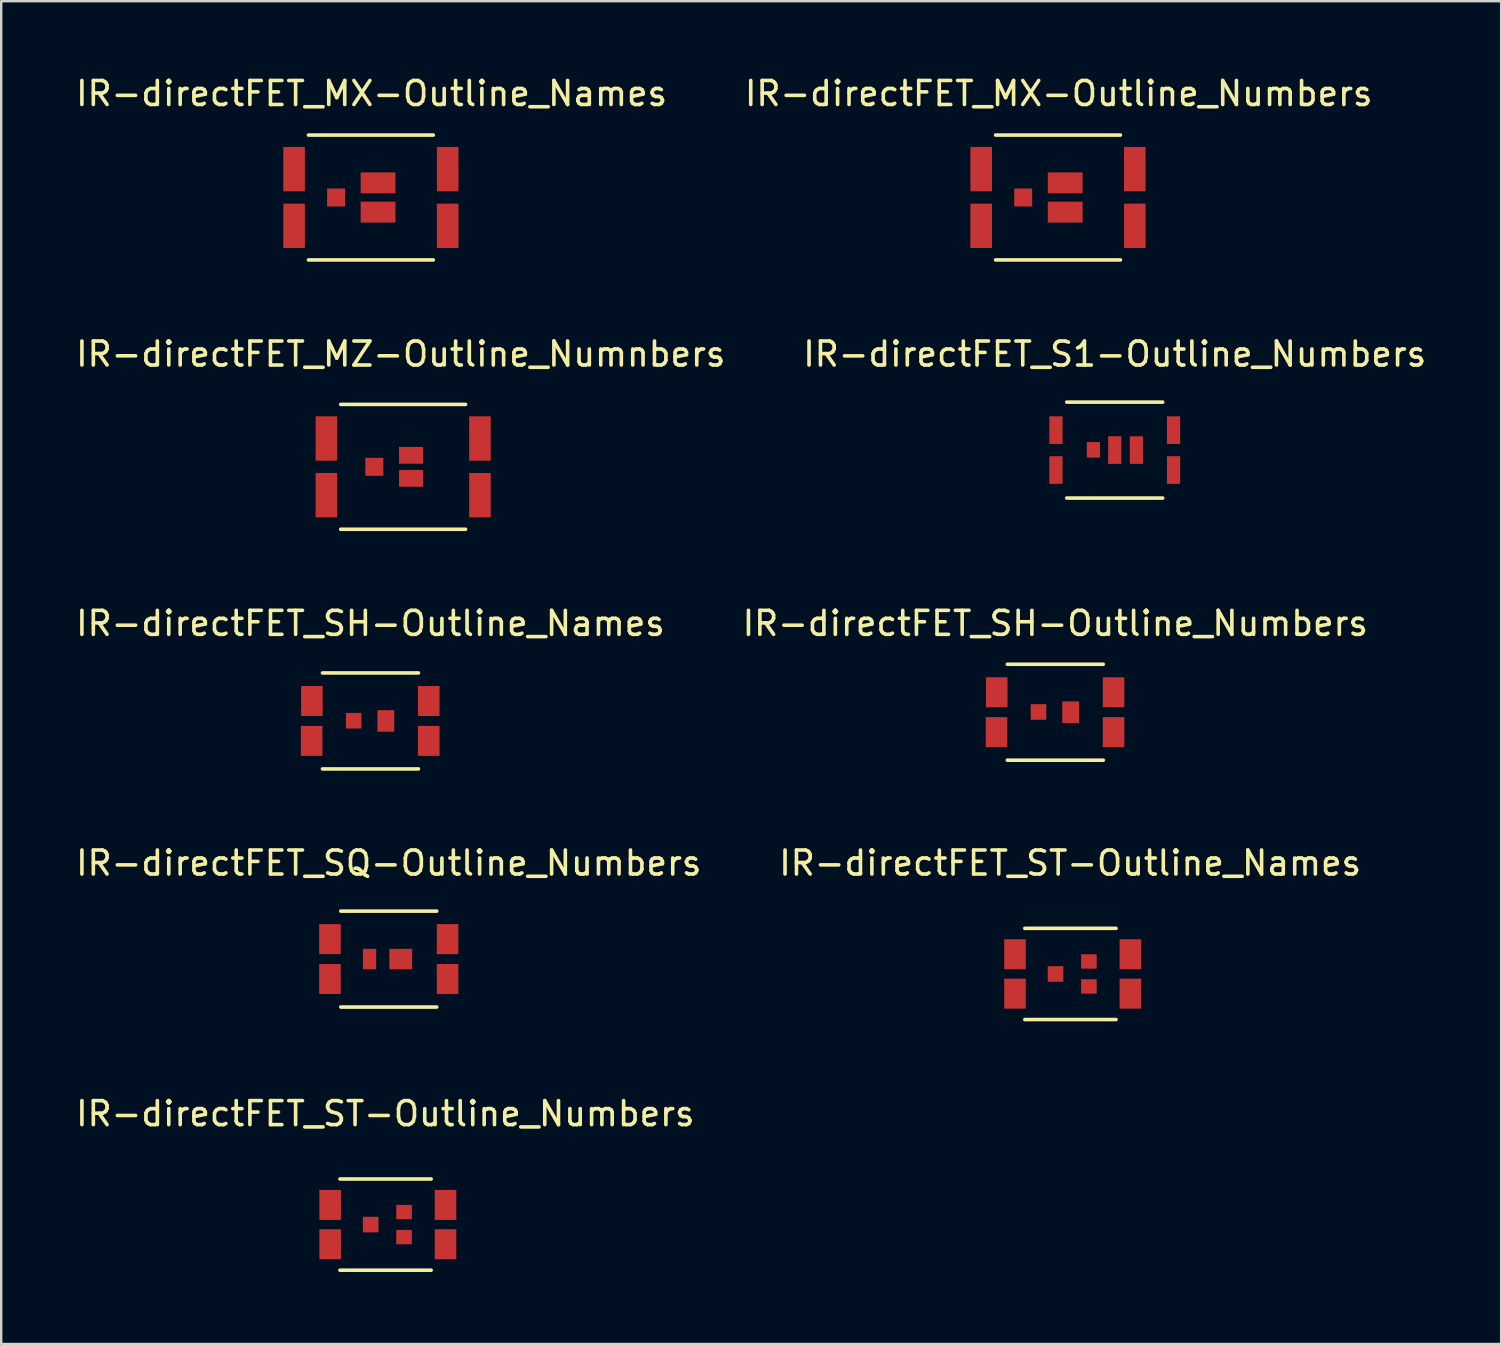
<source format=kicad_pcb>
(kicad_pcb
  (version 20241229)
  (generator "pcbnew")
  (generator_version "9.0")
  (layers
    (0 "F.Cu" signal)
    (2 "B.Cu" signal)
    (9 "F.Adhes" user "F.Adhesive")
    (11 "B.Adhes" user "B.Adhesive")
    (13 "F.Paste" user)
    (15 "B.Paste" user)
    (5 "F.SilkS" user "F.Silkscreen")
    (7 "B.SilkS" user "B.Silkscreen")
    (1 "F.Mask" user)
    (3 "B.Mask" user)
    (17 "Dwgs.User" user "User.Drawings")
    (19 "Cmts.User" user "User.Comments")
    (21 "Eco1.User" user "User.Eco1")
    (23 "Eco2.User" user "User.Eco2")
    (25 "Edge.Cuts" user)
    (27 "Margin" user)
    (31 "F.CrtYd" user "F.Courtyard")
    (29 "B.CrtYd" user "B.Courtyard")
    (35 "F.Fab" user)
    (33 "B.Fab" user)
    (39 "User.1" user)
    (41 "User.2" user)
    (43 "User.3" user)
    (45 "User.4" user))
  (footprint "IR-directFET_S1-Outline_Numbers"
    (layer "F.Cu")
    (at 43.399 15.704)
    (property "Reference" "IR-directFET_S1-Outline_Numbers" (at 0 -4 0) (layer "F.SilkS") (effects (font (size 1 1) (thickness 0.15))))
    (attr through_hole)
    (fp_line (start -1.999 -1.999) (end 1.999 -1.999) (stroke (width 0.15) (type solid)) (layer "F.SilkS"))
    (fp_line (start 1.999 1.999) (end -1.999 1.999) (stroke (width 0.15) (type solid)) (layer "F.SilkS"))
    (pad "1" smd rect (at 2.451 -0.831) (size 0.551 1.151) (layers "F.Cu" "F.Mask" "F.Paste"))
    (pad "2" smd rect (at 2.451 0.831) (size 0.551 1.151) (layers "F.Cu" "F.Mask" "F.Paste"))
    (pad "3" smd rect (at 0.902 0) (size 0.551 1.151) (layers "F.Cu" "F.Mask" "F.Paste"))
    (pad "4" smd rect (at 0 0) (size 0.551 1.151) (layers "F.Cu" "F.Mask" "F.Paste"))
    (pad "5" smd rect (at -0.889 -0.01) (size 0.551 0.65) (layers "F.Cu" "F.Mask" "F.Paste"))
    (pad "6" smd rect (at -2.449 -0.831) (size 0.551 1.151) (layers "F.Cu" "F.Mask" "F.Paste"))
    (pad "7" smd rect (at -2.449 0.831) (size 0.551 1.151) (layers "F.Cu" "F.Mask" "F.Paste")))
  (footprint "IR-directFET_MX-Outline_Numbers"
    (layer "F.Cu")
    (at 41.035 5.179)
    (property "Reference" "IR-directFET_MX-Outline_Numbers" (at 0.03 -4.331 0) (layer "F.SilkS") (effects (font (size 1 1) (thickness 0.15))))
    (attr through_hole)
    (fp_line (start -2.601 -2.601) (end 2.601 -2.601) (stroke (width 0.15) (type solid)) (layer "F.SilkS"))
    (fp_line (start 2.601 2.601) (end -2.601 2.601) (stroke (width 0.15) (type solid)) (layer "F.SilkS"))
    (pad "D" smd rect (at -3.2 -1.181) (size 0.899 1.849) (layers "F.Cu" "F.Mask" "F.Paste"))
    (pad "D" smd rect (at -3.2 1.181) (size 0.899 1.849) (layers "F.Cu" "F.Mask" "F.Paste"))
    (pad "D" smd rect (at 3.2 -1.181) (size 0.899 1.849) (layers "F.Cu" "F.Mask" "F.Paste"))
    (pad "D" smd rect (at 3.2 1.181) (size 0.899 1.849) (layers "F.Cu" "F.Mask" "F.Paste"))
    (pad "G" smd rect (at -1.45 0) (size 0.749 0.749) (layers "F.Cu" "F.Mask" "F.Paste"))
    (pad "S" smd rect (at 0.3 -0.61) (size 1.45 0.871) (layers "F.Cu" "F.Mask" "F.Paste"))
    (pad "S" smd rect (at 0.3 0.61) (size 1.45 0.871) (layers "F.Cu" "F.Mask" "F.Paste")))
  (footprint "IR-directFET_SH-Outline_Names"
    (layer "F.Cu")
    (at 12.387 26.99)
    (property "Reference" "IR-directFET_SH-Outline_Names" (at 0 -4.064 0) (layer "F.SilkS") (effects (font (size 1 1) (thickness 0.15))))
    (attr through_hole)
    (fp_line (start -1.999 -1.999) (end 1.999 -1.999) (stroke (width 0.15) (type solid)) (layer "F.SilkS"))
    (fp_line (start 1.999 1.999) (end -1.999 1.999) (stroke (width 0.15) (type solid)) (layer "F.SilkS"))
    (pad "D" smd rect (at -2.451 0.831) (size 0.899 1.25) (layers "F.Cu" "F.Mask" "F.Paste"))
    (pad "D" smd rect (at -2.441 -0.831) (size 0.899 1.25) (layers "F.Cu" "F.Mask" "F.Paste"))
    (pad "D" smd rect (at 2.428 -0.831) (size 0.899 1.25) (layers "F.Cu" "F.Mask" "F.Paste"))
    (pad "D" smd rect (at 2.428 0.831) (size 0.899 1.25) (layers "F.Cu" "F.Mask" "F.Paste"))
    (pad "G" smd rect (at -0.701 -0.01) (size 0.65 0.65) (layers "F.Cu" "F.Mask" "F.Paste"))
    (pad "S" smd rect (at 0.64 0) (size 0.701 0.899) (layers "F.Cu" "F.Mask" "F.Paste")))
  (footprint "IR-directFET_SQ-Outline_Numbers"
    (layer "F.Cu")
    (at 13.149 36.913)
    (property "Reference" "IR-directFET_SQ-Outline_Numbers" (at 0 -4 0) (layer "F.SilkS") (effects (font (size 1 1) (thickness 0.15))))
    (attr through_hole)
    (fp_line (start -1.999 -1.999) (end 1.999 -1.999) (stroke (width 0.15) (type solid)) (layer "F.SilkS"))
    (fp_line (start 1.999 1.999) (end -1.999 1.999) (stroke (width 0.15) (type solid)) (layer "F.SilkS"))
    (pad "1" smd rect (at 2.451 -0.831) (size 0.899 1.25) (layers "F.Cu" "F.Mask" "F.Paste"))
    (pad "2" smd rect (at 2.451 0.831) (size 0.899 1.25) (layers "F.Cu" "F.Mask" "F.Paste"))
    (pad "3" smd rect (at 0.5 0) (size 0.95 0.851) (layers "F.Cu" "F.Mask" "F.Paste"))
    (pad "4" smd rect (at -0.8 0) (size 0.551 0.851) (layers "F.Cu" "F.Mask" "F.Paste"))
    (pad "5" smd rect (at -2.451 -0.831) (size 0.899 1.25) (layers "F.Cu" "F.Mask" "F.Paste"))
    (pad "6" smd rect (at -2.451 0.831) (size 0.899 1.25) (layers "F.Cu" "F.Mask" "F.Paste")))
  (footprint "IR-directFET_SH-Outline_Numbers"
    (layer "F.Cu")
    (at 40.923 26.627)
    (property "Reference" "IR-directFET_SH-Outline_Numbers" (at 0 -3.701 0) (layer "F.SilkS") (effects (font (size 1 1) (thickness 0.15))))
    (attr through_hole)
    (fp_line (start -1.999 -1.999) (end 1.999 -1.999) (stroke (width 0.15) (type solid)) (layer "F.SilkS"))
    (fp_line (start 1.999 1.999) (end -1.999 1.999) (stroke (width 0.15) (type solid)) (layer "F.SilkS"))
    (pad "D" smd rect (at -2.451 0.831) (size 0.899 1.25) (layers "F.Cu" "F.Mask" "F.Paste"))
    (pad "D" smd rect (at -2.441 -0.831) (size 0.899 1.25) (layers "F.Cu" "F.Mask" "F.Paste"))
    (pad "D" smd rect (at 2.428 -0.831) (size 0.899 1.25) (layers "F.Cu" "F.Mask" "F.Paste"))
    (pad "D" smd rect (at 2.428 0.831) (size 0.899 1.25) (layers "F.Cu" "F.Mask" "F.Paste"))
    (pad "G" smd rect (at -0.701 -0.01) (size 0.65 0.65) (layers "F.Cu" "F.Mask" "F.Paste"))
    (pad "S" smd rect (at 0.64 0) (size 0.701 0.899) (layers "F.Cu" "F.Mask" "F.Paste")))
  (footprint "IR-directFET_MZ-Outline_Numnbers"
    (layer "F.Cu")
    (at 13.748 16.402)
    (property "Reference" "IR-directFET_MZ-Outline_Numnbers" (at -0.099 -4.699 0) (layer "F.SilkS") (effects (font (size 1 1) (thickness 0.15))))
    (attr through_hole)
    (fp_line (start -2.601 -2.601) (end 2.601 -2.601) (stroke (width 0.15) (type solid)) (layer "F.SilkS"))
    (fp_line (start 2.601 2.601) (end -2.601 2.601) (stroke (width 0.15) (type solid)) (layer "F.SilkS"))
    (pad "1" smd rect (at 3.2 -1.181) (size 0.899 1.849) (layers "F.Cu" "F.Mask" "F.Paste"))
    (pad "2" smd rect (at 3.2 1.181) (size 0.899 1.849) (layers "F.Cu" "F.Mask" "F.Paste"))
    (pad "4" smd rect (at 0.33 -0.48) (size 1.001 0.701) (layers "F.Cu" "F.Mask" "F.Paste"))
    (pad "4" smd rect (at 0.33 0.48) (size 1.001 0.701) (layers "F.Cu" "F.Mask" "F.Paste"))
    (pad "5" smd rect (at -1.199 0) (size 0.749 0.749) (layers "F.Cu" "F.Mask" "F.Paste"))
    (pad "6" smd rect (at -3.198 -1.181) (size 0.899 1.849) (layers "F.Cu" "F.Mask" "F.Paste"))
    (pad "7" smd rect (at -3.198 1.181) (size 0.899 1.849) (layers "F.Cu" "F.Mask" "F.Paste")))
  (footprint "IR-directFET_ST-Outline_Names"
    (layer "F.Cu")
    (at 41.552 37.533)
    (property "Reference" "IR-directFET_ST-Outline_Names" (at -0.01 -4.62 0) (layer "F.SilkS") (effects (font (size 1 1) (thickness 0.15))))
    (attr through_hole)
    (fp_line (start -1.9 -1.9) (end 1.9 -1.9) (stroke (width 0.15) (type solid)) (layer "F.SilkS"))
    (fp_line (start -1.9 1.9) (end 1.9 1.9) (stroke (width 0.15) (type solid)) (layer "F.SilkS"))
    (pad "D" smd rect (at -2.309 -0.82) (size 0.899 1.25) (layers "F.Cu" "F.Mask" "F.Paste"))
    (pad "D" smd rect (at -2.309 0.82) (size 0.899 1.25) (layers "F.Cu" "F.Mask" "F.Paste"))
    (pad "D" smd rect (at 2.499 -0.82) (size 0.899 1.25) (layers "F.Cu" "F.Mask" "F.Paste"))
    (pad "D" smd rect (at 2.499 0.82) (size 0.899 1.25) (layers "F.Cu" "F.Mask" "F.Paste"))
    (pad "G" smd rect (at -0.62 0) (size 0.65 0.65) (layers "F.Cu" "F.Mask" "F.Paste"))
    (pad "S" smd rect (at 0.77 -0.521) (size 0.65 0.599) (layers "F.Cu" "F.Mask" "F.Paste"))
    (pad "S" smd rect (at 0.77 0.521) (size 0.65 0.599) (layers "F.Cu" "F.Mask" "F.Paste")))
  (footprint "IR-directFET_MX-Outline_Names"
    (layer "F.Cu")
    (at 12.404 5.179)
    (property "Reference" "IR-directFET_MX-Outline_Names" (at 0.03 -4.331 0) (layer "F.SilkS") (effects (font (size 1 1) (thickness 0.15))))
    (attr through_hole)
    (fp_line (start -2.601 -2.601) (end 2.601 -2.601) (stroke (width 0.15) (type solid)) (layer "F.SilkS"))
    (fp_line (start 2.601 2.601) (end -2.601 2.601) (stroke (width 0.15) (type solid)) (layer "F.SilkS"))
    (pad "D" smd rect (at -3.2 -1.181) (size 0.899 1.849) (layers "F.Cu" "F.Mask" "F.Paste"))
    (pad "D" smd rect (at -3.2 1.181) (size 0.899 1.849) (layers "F.Cu" "F.Mask" "F.Paste"))
    (pad "D" smd rect (at 3.2 -1.181) (size 0.899 1.849) (layers "F.Cu" "F.Mask" "F.Paste"))
    (pad "D" smd rect (at 3.2 1.181) (size 0.899 1.849) (layers "F.Cu" "F.Mask" "F.Paste"))
    (pad "G" smd rect (at -1.45 0) (size 0.749 0.749) (layers "F.Cu" "F.Mask" "F.Paste"))
    (pad "S" smd rect (at 0.3 -0.61) (size 1.45 0.871) (layers "F.Cu" "F.Mask" "F.Paste"))
    (pad "S" smd rect (at 0.3 0.61) (size 1.45 0.871) (layers "F.Cu" "F.Mask" "F.Paste")))
  (footprint "IR-directFET_ST-Outline_Numbers"
    (layer "F.Cu")
    (at 13.016 47.976)
    (property "Reference" "IR-directFET_ST-Outline_Numbers" (at -0.01 -4.62 0) (layer "F.SilkS") (effects (font (size 1 1) (thickness 0.15))))
    (attr through_hole)
    (fp_line (start -1.9 -1.9) (end 1.9 -1.9) (stroke (width 0.15) (type solid)) (layer "F.SilkS"))
    (fp_line (start -1.9 1.9) (end 1.9 1.9) (stroke (width 0.15) (type solid)) (layer "F.SilkS"))
    (pad "1" smd rect (at 2.499 -0.82) (size 0.899 1.25) (layers "F.Cu" "F.Mask" "F.Paste"))
    (pad "3" smd rect (at 2.499 0.82) (size 0.899 1.25) (layers "F.Cu" "F.Mask" "F.Paste"))
    (pad "4" smd rect (at 0.77 -0.521) (size 0.65 0.599) (layers "F.Cu" "F.Mask" "F.Paste"))
    (pad "4" smd rect (at 0.77 0.521) (size 0.65 0.599) (layers "F.Cu" "F.Mask" "F.Paste"))
    (pad "5" smd rect (at -0.62 0) (size 0.65 0.65) (layers "F.Cu" "F.Mask" "F.Paste"))
    (pad "6" smd rect (at -2.309 -0.82) (size 0.899 1.25) (layers "F.Cu" "F.Mask" "F.Paste"))
    (pad "7" smd rect (at -2.309 0.82) (size 0.899 1.25) (layers "F.Cu" "F.Mask" "F.Paste")))
  (gr_rect
    (start -3 -3)
    (end 59.5 52.951)
    (stroke (width 0.1) (type default))
    (fill no)
    (layer "Edge.Cuts")))
</source>
